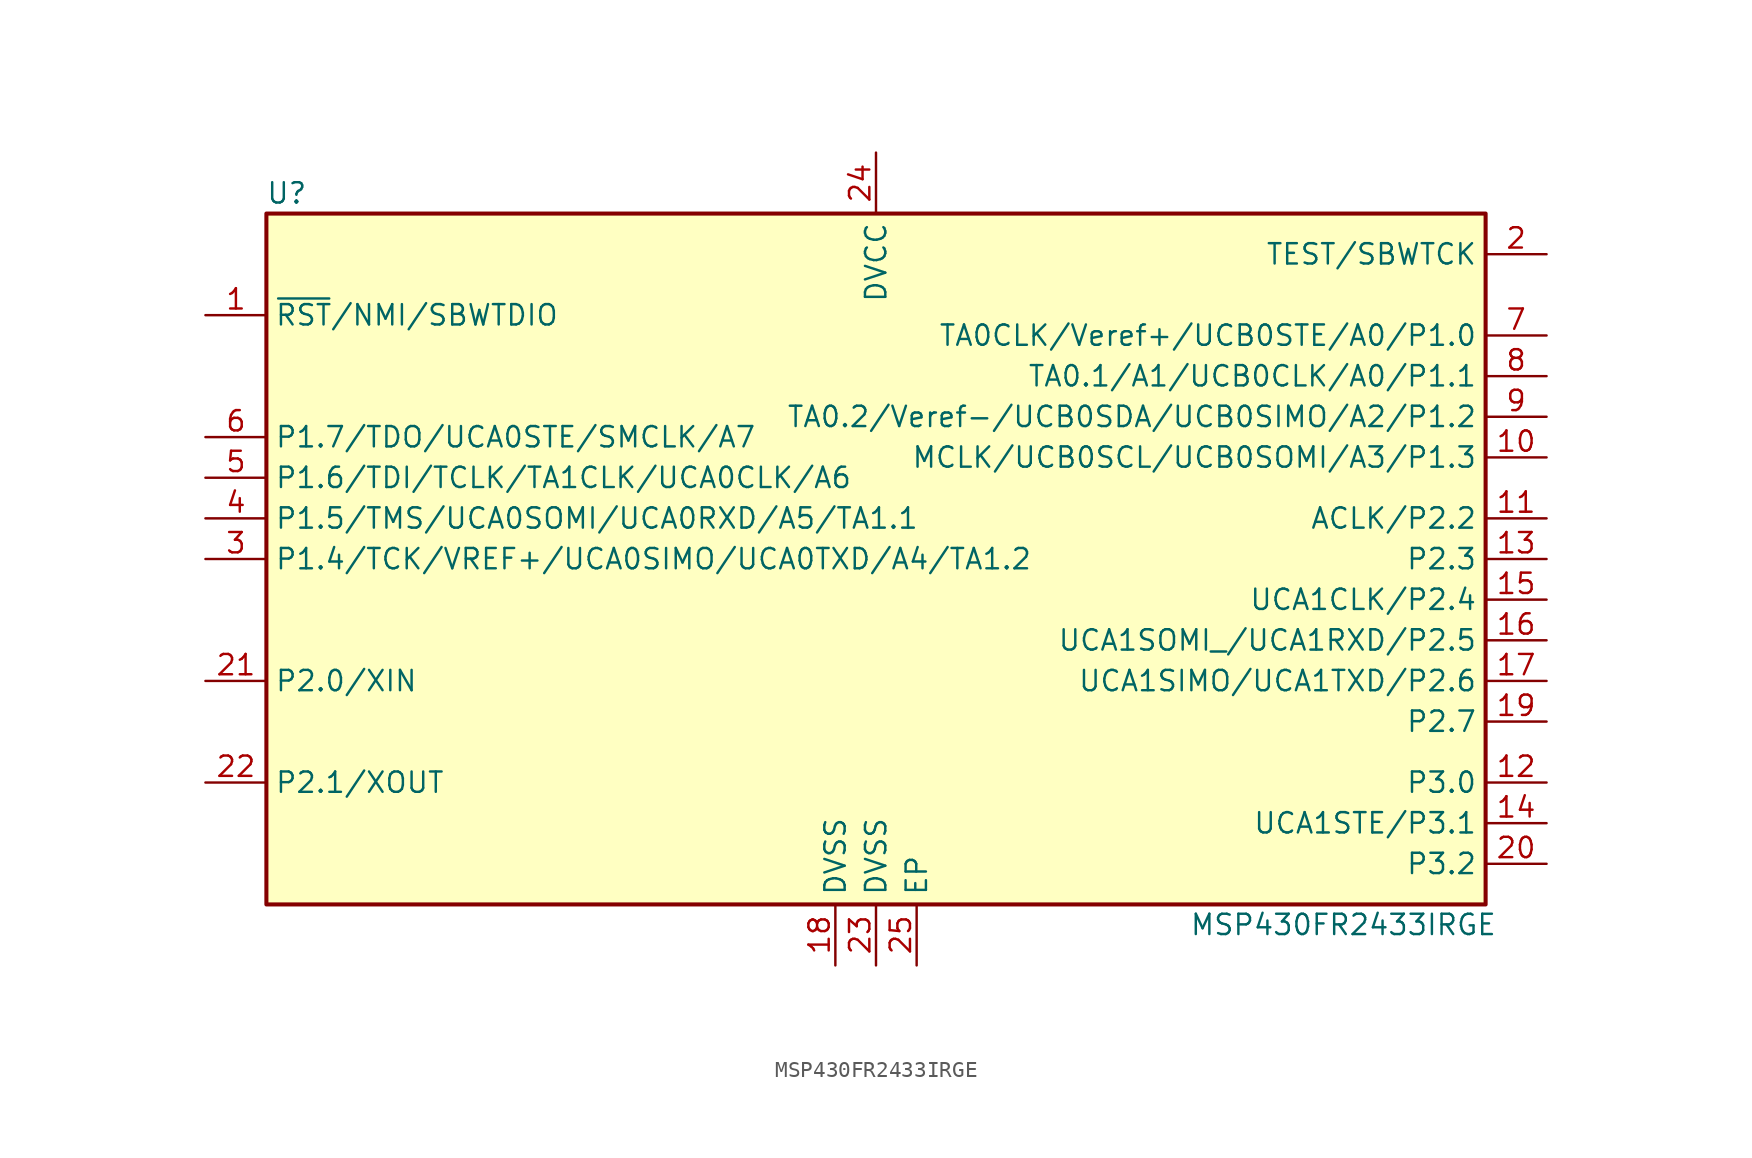
<source format=kicad_sym>
(kicad_symbol_lib
  (version 20211014)
  (generator kicad_symbol_editor)
  (symbol "MSP430FR2433IRGE"
    (property "Reference" "U"
      (at -36.83 22.86 0)
      (effects (font (size 1.27 1.27))))
    (property "Value" "MSP430FR2433IRGE"
      (at 29.21 -22.86 0)
      (effects (font (size 1.27 1.27))))
    (symbol "MSP430FR2433IRGE_0_1"
      (rectangle (start -38.1 21.59) (end 38.1 -21.59) (stroke (width 0.254) (type default) (color 0 0 0 0)) (fill (type background))))
    (symbol "MSP430FR2433IRGE_1_1"
      (pin bidirectional line (at -41.91 15.24 0) (length 3.81) (name "~{RST}/NMI/SBWTDIO" (effects (font (size 1.27 1.27)))) (number "1" (effects (font (size 1.27 1.27)))))
      (pin bidirectional line (at 41.91 6.35 180) (length 3.81) (name "MCLK/UCB0SCL/UCB0SOMI/A3/P1.3" (effects (font (size 1.27 1.27)))) (number "10" (effects (font (size 1.27 1.27)))))
      (pin input line (at 41.91 2.54 180) (length 3.81) (name "ACLK/P2.2" (effects (font (size 1.27 1.27)))) (number "11" (effects (font (size 1.27 1.27)))))
      (pin input line (at 41.91 -13.97 180) (length 3.81) (name "P3.0" (effects (font (size 1.27 1.27)))) (number "12" (effects (font (size 1.27 1.27)))))
      (pin input line (at 41.91 0 180) (length 3.81) (name "P2.3" (effects (font (size 1.27 1.27)))) (number "13" (effects (font (size 1.27 1.27)))))
      (pin input line (at 41.91 -16.51 180) (length 3.81) (name "UCA1STE/P3.1" (effects (font (size 1.27 1.27)))) (number "14" (effects (font (size 1.27 1.27)))))
      (pin input line (at 41.91 -2.54 180) (length 3.81) (name "UCA1CLK/P2.4" (effects (font (size 1.27 1.27)))) (number "15" (effects (font (size 1.27 1.27)))))
      (pin input line (at 41.91 -5.08 180) (length 3.81) (name "UCA1SOMI_/UCA1RXD/P2.5" (effects (font (size 1.27 1.27)))) (number "16" (effects (font (size 1.27 1.27)))))
      (pin input line (at 41.91 -7.62 180) (length 3.81) (name "UCA1SIMO/UCA1TXD/P2.6" (effects (font (size 1.27 1.27)))) (number "17" (effects (font (size 1.27 1.27)))))
      (pin input line (at -2.54 -25.4 90) (length 3.81) (name "DVSS" (effects (font (size 1.27 1.27)))) (number "18" (effects (font (size 1.27 1.27)))))
      (pin power_in line (at 41.91 -10.16 180) (length 3.81) (name "P2.7" (effects (font (size 1.27 1.27)))) (number "19" (effects (font (size 1.27 1.27)))))
      (pin bidirectional line (at 41.91 19.05 180) (length 3.81) (name "TEST/SBWTCK" (effects (font (size 1.27 1.27)))) (number "2" (effects (font (size 1.27 1.27)))))
      (pin power_in line (at 41.91 -19.05 180) (length 3.81) (name "P3.2" (effects (font (size 1.27 1.27)))) (number "20" (effects (font (size 1.27 1.27)))))
      (pin input line (at -41.91 -7.62 0) (length 3.81) (name "P2.0/XIN" (effects (font (size 1.27 1.27)))) (number "21" (effects (font (size 1.27 1.27)))))
      (pin input line (at -41.91 -13.97 0) (length 3.81) (name "P2.1/XOUT" (effects (font (size 1.27 1.27)))) (number "22" (effects (font (size 1.27 1.27)))))
      (pin power_in line (at 0 -25.4 90) (length 3.81) (name "DVSS" (effects (font (size 1.27 1.27)))) (number "23" (effects (font (size 1.27 1.27)))))
      (pin power_in line (at 0 25.4 270) (length 3.81) (name "DVCC" (effects (font (size 1.27 1.27)))) (number "24" (effects (font (size 1.27 1.27)))))
      (pin power_in line (at 2.54 -25.4 90) (length 3.81) (name "EP" (effects (font (size 1.27 1.27)))) (number "25" (effects (font (size 1.27 1.27)))))
      (pin bidirectional line (at -41.91 0 0) (length 3.81) (name "P1.4/TCK/VREF+/UCA0SIMO/UCA0TXD/A4/TA1.2" (effects (font (size 1.27 1.27)))) (number "3" (effects (font (size 1.27 1.27)))))
      (pin bidirectional line (at -41.91 2.54 0) (length 3.81) (name "P1.5/TMS/UCA0SOMI/UCA0RXD/A5/TA1.1" (effects (font (size 1.27 1.27)))) (number "4" (effects (font (size 1.27 1.27)))))
      (pin bidirectional line (at -41.91 5.08 0) (length 3.81) (name "P1.6/TDI/TCLK/TA1CLK/UCA0CLK/A6" (effects (font (size 1.27 1.27)))) (number "5" (effects (font (size 1.27 1.27)))))
      (pin bidirectional line (at -41.91 7.62 0) (length 3.81) (name "P1.7/TDO/UCA0STE/SMCLK/A7" (effects (font (size 1.27 1.27)))) (number "6" (effects (font (size 1.27 1.27)))))
      (pin bidirectional line (at 41.91 13.97 180) (length 3.81) (name "TA0CLK/Veref+/UCB0STE/A0/P1.0" (effects (font (size 1.27 1.27)))) (number "7" (effects (font (size 1.27 1.27)))))
      (pin bidirectional line (at 41.91 11.43 180) (length 3.81) (name "TA0.1/A1/UCB0CLK/A0/P1.1" (effects (font (size 1.27 1.27)))) (number "8" (effects (font (size 1.27 1.27)))))
      (pin bidirectional line (at 41.91 8.89 180) (length 3.81) (name "TA0.2/Veref-/UCB0SDA/UCB0SIMO/A2/P1.2" (effects (font (size 1.27 1.27)))) (number "9" (effects (font (size 1.27 1.27))))))))
</source>
